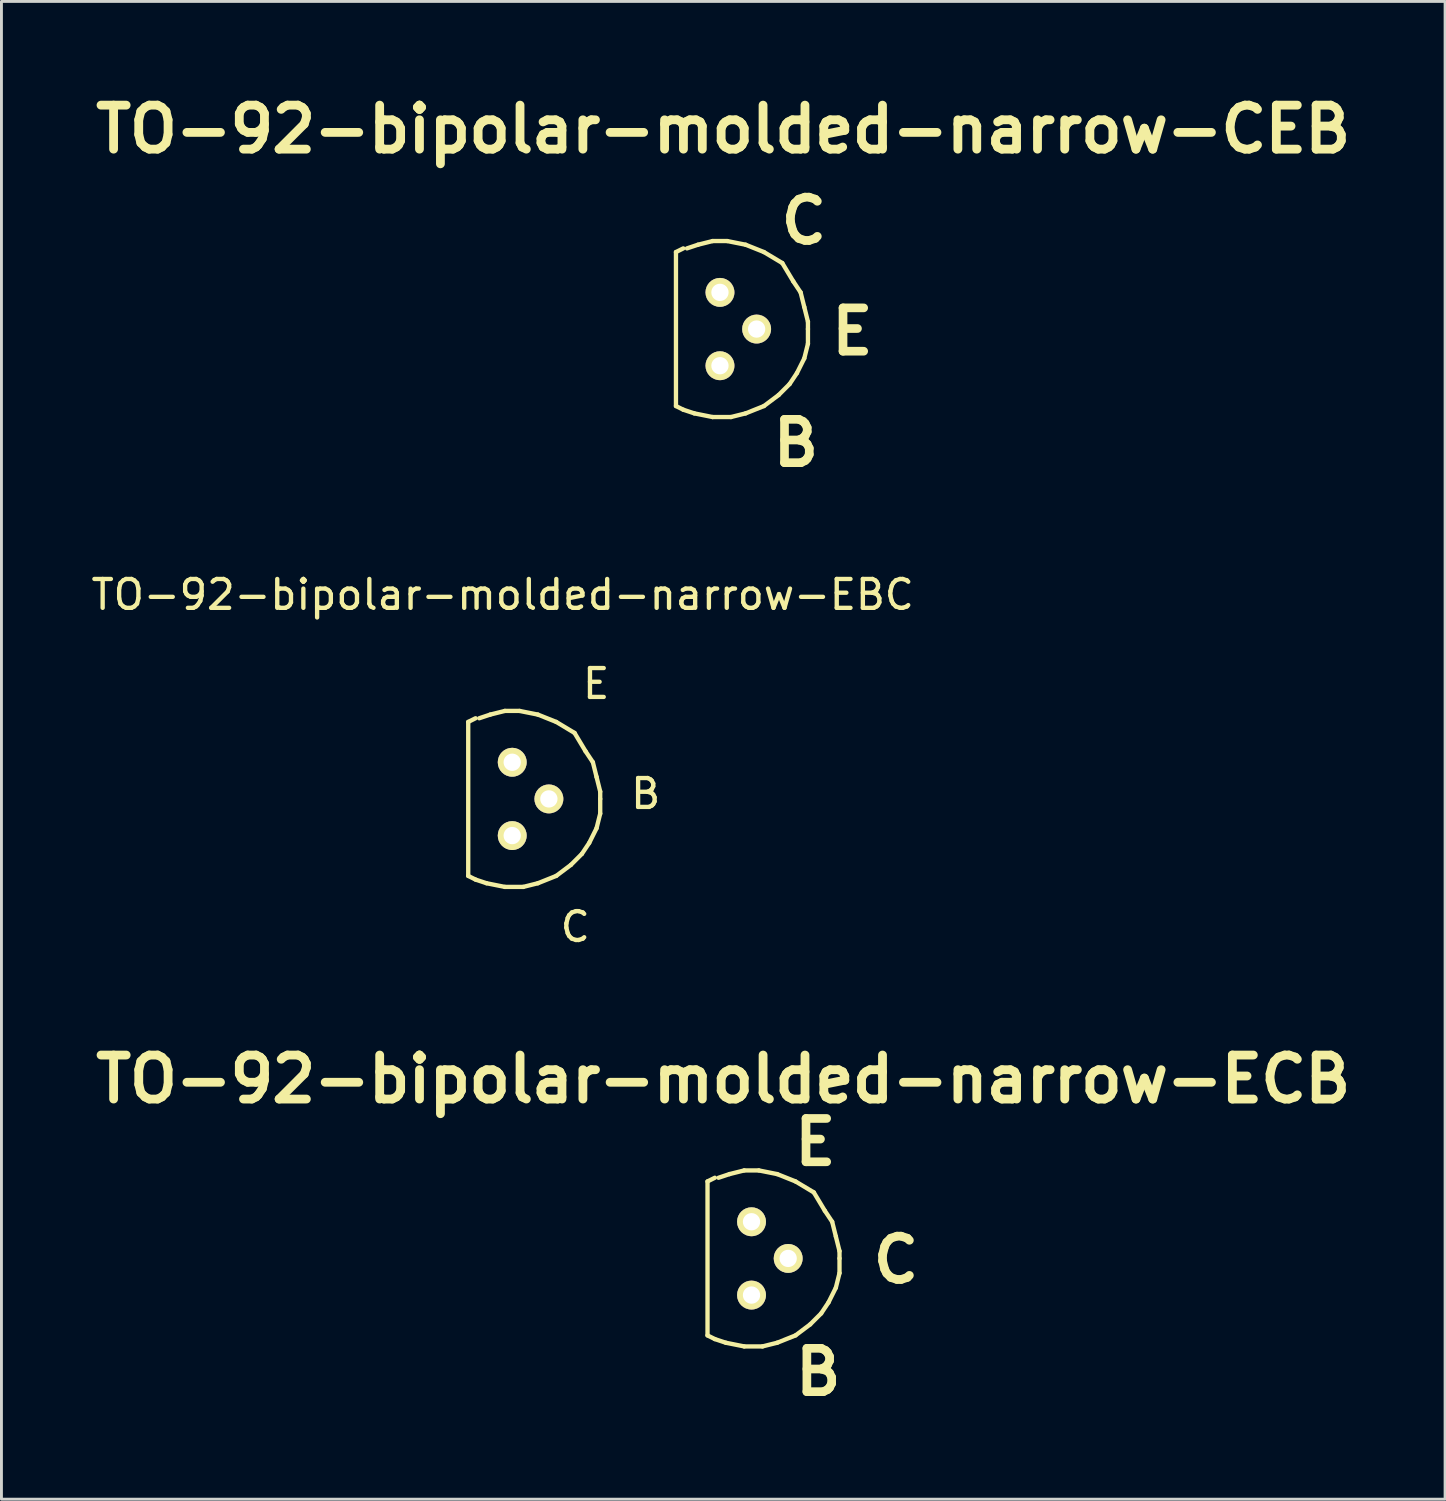
<source format=kicad_pcb>
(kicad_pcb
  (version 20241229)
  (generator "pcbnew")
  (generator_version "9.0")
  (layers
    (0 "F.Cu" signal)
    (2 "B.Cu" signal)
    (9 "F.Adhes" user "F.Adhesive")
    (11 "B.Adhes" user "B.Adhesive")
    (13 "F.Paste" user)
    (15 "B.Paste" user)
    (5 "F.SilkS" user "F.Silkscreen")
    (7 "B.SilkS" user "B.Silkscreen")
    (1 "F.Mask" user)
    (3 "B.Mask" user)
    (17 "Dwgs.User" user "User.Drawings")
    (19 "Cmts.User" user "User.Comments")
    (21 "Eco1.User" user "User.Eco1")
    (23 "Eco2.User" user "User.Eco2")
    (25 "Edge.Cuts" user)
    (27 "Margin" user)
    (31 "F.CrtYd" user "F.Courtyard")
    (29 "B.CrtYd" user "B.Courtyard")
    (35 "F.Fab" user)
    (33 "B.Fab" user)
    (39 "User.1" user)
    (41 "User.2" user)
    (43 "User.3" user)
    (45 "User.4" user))
  (footprint "TO-92-bipolar-molded-narrow-CEB"
    (layer "F.Cu")
    (at 21.889 8.348)
    (property "Reference" "TO-92-bipolar-molded-narrow-CEB" (at 0.114 -6.921 0) (layer "F.SilkS") (effects (font (size 1.524 1.524) (thickness 0.305))))
    (attr through_hole)
    (fp_line (start -1.524 -2.667) (end -1.524 2.667) (stroke (width 0.15) (type solid)) (layer "F.SilkS"))
    (fp_line (start -1.524 -2.667) (end -1.27 -2.794) (stroke (width 0.15) (type solid)) (layer "F.SilkS"))
    (fp_line (start -1.27 2.794) (end -1.524 2.667) (stroke (width 0.15) (type solid)) (layer "F.SilkS"))
    (fp_line (start -1.143 -2.794) (end -0.762 -2.921) (stroke (width 0.15) (type solid)) (layer "F.SilkS"))
    (fp_line (start -0.889 2.921) (end -1.27 2.794) (stroke (width 0.15) (type solid)) (layer "F.SilkS"))
    (fp_line (start -0.762 -2.921) (end -0.254 -3.048) (stroke (width 0.15) (type solid)) (layer "F.SilkS"))
    (fp_line (start -0.254 -3.048) (end 0.254 -3.048) (stroke (width 0.15) (type solid)) (layer "F.SilkS"))
    (fp_line (start -0.254 3.048) (end -0.889 2.921) (stroke (width 0.15) (type solid)) (layer "F.SilkS"))
    (fp_line (start 0.254 -3.048) (end 0.889 -2.921) (stroke (width 0.15) (type solid)) (layer "F.SilkS"))
    (fp_line (start 0.381 3.048) (end -0.254 3.048) (stroke (width 0.15) (type solid)) (layer "F.SilkS"))
    (fp_line (start 0.889 -2.921) (end 1.524 -2.667) (stroke (width 0.15) (type solid)) (layer "F.SilkS"))
    (fp_line (start 0.889 2.921) (end 0.381 3.048) (stroke (width 0.15) (type solid)) (layer "F.SilkS"))
    (fp_line (start 1.524 -2.667) (end 2.159 -2.286) (stroke (width 0.15) (type solid)) (layer "F.SilkS"))
    (fp_line (start 1.524 2.667) (end 0.889 2.921) (stroke (width 0.15) (type solid)) (layer "F.SilkS"))
    (fp_line (start 2.032 2.286) (end 1.524 2.667) (stroke (width 0.15) (type solid)) (layer "F.SilkS"))
    (fp_line (start 2.159 -2.286) (end 2.54 -1.651) (stroke (width 0.15) (type solid)) (layer "F.SilkS"))
    (fp_line (start 2.413 1.905) (end 2.032 2.286) (stroke (width 0.15) (type solid)) (layer "F.SilkS"))
    (fp_line (start 2.54 -1.651) (end 2.794 -1.27) (stroke (width 0.15) (type solid)) (layer "F.SilkS"))
    (fp_line (start 2.667 1.524) (end 2.413 1.905) (stroke (width 0.15) (type solid)) (layer "F.SilkS"))
    (fp_line (start 2.794 -1.27) (end 2.921 -0.762) (stroke (width 0.15) (type solid)) (layer "F.SilkS"))
    (fp_line (start 2.921 -0.762) (end 3.048 -0.254) (stroke (width 0.15) (type solid)) (layer "F.SilkS"))
    (fp_line (start 2.921 1.016) (end 2.667 1.524) (stroke (width 0.15) (type solid)) (layer "F.SilkS"))
    (fp_line (start 3.048 -0.254) (end 3.048 0) (stroke (width 0.15) (type solid)) (layer "F.SilkS"))
    (fp_line (start 3.048 0) (end 3.048 0.508) (stroke (width 0.15) (type solid)) (layer "F.SilkS"))
    (fp_line (start 3.048 0.508) (end 2.921 1.016) (stroke (width 0.15) (type solid)) (layer "F.SilkS"))
    (fp_text user "B" (at 2.629 3.95 0) (layer "F.SilkS") (effects (font (size 1.501 1.501) (thickness 0.3))))
    (fp_text user "E" (at 4.585 0.089 0) (layer "F.SilkS") (effects (font (size 1.501 1.501) (thickness 0.3))))
    (fp_text user "C" (at 2.908 -3.747 0) (layer "F.SilkS") (effects (font (size 1.501 1.501) (thickness 0.3))))
    (pad "B" thru_hole circle (at 0 1.27) (size 1.001 1.001) (drill 0.599) (layers "*.Cu" "*.Mask" "F.SilkS"))
    (pad "C" thru_hole circle (at 0 -1.27) (size 1.001 1.001) (drill 0.599) (layers "*.Cu" "*.Mask" "F.SilkS"))
    (pad "E" thru_hole circle (at 1.27 0) (size 1.001 1.001) (drill 0.599) (layers "*.Cu" "*.Mask" "F.SilkS")))
  (footprint "TO-92-bipolar-molded-narrow-EBC"
    (layer "F.Cu")
    (at 14.693 24.624)
    (property "Reference" "TO-92-bipolar-molded-narrow-EBC" (at -0.33 -7.074 0) (layer "F.SilkS") (effects (font (size 1 1) (thickness 0.15))))
    (attr through_hole)
    (fp_line (start -1.524 -2.667) (end -1.524 2.667) (stroke (width 0.15) (type solid)) (layer "F.SilkS"))
    (fp_line (start -1.524 -2.667) (end -1.27 -2.794) (stroke (width 0.15) (type solid)) (layer "F.SilkS"))
    (fp_line (start -1.27 2.794) (end -1.524 2.667) (stroke (width 0.15) (type solid)) (layer "F.SilkS"))
    (fp_line (start -1.143 -2.794) (end -0.762 -2.921) (stroke (width 0.15) (type solid)) (layer "F.SilkS"))
    (fp_line (start -0.889 2.921) (end -1.27 2.794) (stroke (width 0.15) (type solid)) (layer "F.SilkS"))
    (fp_line (start -0.762 -2.921) (end -0.254 -3.048) (stroke (width 0.15) (type solid)) (layer "F.SilkS"))
    (fp_line (start -0.254 -3.048) (end 0.254 -3.048) (stroke (width 0.15) (type solid)) (layer "F.SilkS"))
    (fp_line (start -0.254 3.048) (end -0.889 2.921) (stroke (width 0.15) (type solid)) (layer "F.SilkS"))
    (fp_line (start 0.254 -3.048) (end 0.889 -2.921) (stroke (width 0.15) (type solid)) (layer "F.SilkS"))
    (fp_line (start 0.381 3.048) (end -0.254 3.048) (stroke (width 0.15) (type solid)) (layer "F.SilkS"))
    (fp_line (start 0.889 -2.921) (end 1.524 -2.667) (stroke (width 0.15) (type solid)) (layer "F.SilkS"))
    (fp_line (start 0.889 2.921) (end 0.381 3.048) (stroke (width 0.15) (type solid)) (layer "F.SilkS"))
    (fp_line (start 1.524 -2.667) (end 2.159 -2.286) (stroke (width 0.15) (type solid)) (layer "F.SilkS"))
    (fp_line (start 1.524 2.667) (end 0.889 2.921) (stroke (width 0.15) (type solid)) (layer "F.SilkS"))
    (fp_line (start 2.032 2.286) (end 1.524 2.667) (stroke (width 0.15) (type solid)) (layer "F.SilkS"))
    (fp_line (start 2.159 -2.286) (end 2.54 -1.651) (stroke (width 0.15) (type solid)) (layer "F.SilkS"))
    (fp_line (start 2.413 1.905) (end 2.032 2.286) (stroke (width 0.15) (type solid)) (layer "F.SilkS"))
    (fp_line (start 2.54 -1.651) (end 2.794 -1.27) (stroke (width 0.15) (type solid)) (layer "F.SilkS"))
    (fp_line (start 2.667 1.524) (end 2.413 1.905) (stroke (width 0.15) (type solid)) (layer "F.SilkS"))
    (fp_line (start 2.794 -1.27) (end 2.921 -0.762) (stroke (width 0.15) (type solid)) (layer "F.SilkS"))
    (fp_line (start 2.921 -0.762) (end 3.048 -0.254) (stroke (width 0.15) (type solid)) (layer "F.SilkS"))
    (fp_line (start 2.921 1.016) (end 2.667 1.524) (stroke (width 0.15) (type solid)) (layer "F.SilkS"))
    (fp_line (start 3.048 -0.254) (end 3.048 0) (stroke (width 0.15) (type solid)) (layer "F.SilkS"))
    (fp_line (start 3.048 0) (end 3.048 0.508) (stroke (width 0.15) (type solid)) (layer "F.SilkS"))
    (fp_line (start 3.048 0.508) (end 2.921 1.016) (stroke (width 0.15) (type solid)) (layer "F.SilkS"))
    (fp_text user "C" (at 2.184 4.432 0) (layer "F.SilkS") (effects (font (size 1 1) (thickness 0.15))))
    (fp_text user "B" (at 4.623 -0.178 0) (layer "F.SilkS") (effects (font (size 1 1) (thickness 0.15))))
    (fp_text user "E" (at 2.908 -3.988 0) (layer "F.SilkS") (effects (font (size 1 1) (thickness 0.15))))
    (pad "B" thru_hole circle (at 1.27 0) (size 1.001 1.001) (drill 0.599) (layers "*.Cu" "*.Mask" "F.SilkS"))
    (pad "C" thru_hole circle (at 0 1.27) (size 1.001 1.001) (drill 0.599) (layers "*.Cu" "*.Mask" "F.SilkS"))
    (pad "E" thru_hole circle (at 0 -1.27) (size 1.001 1.001) (drill 0.599) (layers "*.Cu" "*.Mask" "F.SilkS")))
  (footprint "TO-92-bipolar-molded-narrow-ECB"
    (layer "F.Cu")
    (at 22.982 40.541)
    (property "Reference" "TO-92-bipolar-molded-narrow-ECB" (at -0.978 -6.21 0) (layer "F.SilkS") (effects (font (size 1.524 1.524) (thickness 0.305))))
    (attr through_hole)
    (fp_line (start -1.524 -2.667) (end -1.524 2.667) (stroke (width 0.15) (type solid)) (layer "F.SilkS"))
    (fp_line (start -1.524 -2.667) (end -1.27 -2.794) (stroke (width 0.15) (type solid)) (layer "F.SilkS"))
    (fp_line (start -1.27 2.794) (end -1.524 2.667) (stroke (width 0.15) (type solid)) (layer "F.SilkS"))
    (fp_line (start -1.143 -2.794) (end -0.762 -2.921) (stroke (width 0.15) (type solid)) (layer "F.SilkS"))
    (fp_line (start -0.889 2.921) (end -1.27 2.794) (stroke (width 0.15) (type solid)) (layer "F.SilkS"))
    (fp_line (start -0.762 -2.921) (end -0.254 -3.048) (stroke (width 0.15) (type solid)) (layer "F.SilkS"))
    (fp_line (start -0.254 -3.048) (end 0.254 -3.048) (stroke (width 0.15) (type solid)) (layer "F.SilkS"))
    (fp_line (start -0.254 3.048) (end -0.889 2.921) (stroke (width 0.15) (type solid)) (layer "F.SilkS"))
    (fp_line (start 0.254 -3.048) (end 0.889 -2.921) (stroke (width 0.15) (type solid)) (layer "F.SilkS"))
    (fp_line (start 0.381 3.048) (end -0.254 3.048) (stroke (width 0.15) (type solid)) (layer "F.SilkS"))
    (fp_line (start 0.889 -2.921) (end 1.524 -2.667) (stroke (width 0.15) (type solid)) (layer "F.SilkS"))
    (fp_line (start 0.889 2.921) (end 0.381 3.048) (stroke (width 0.15) (type solid)) (layer "F.SilkS"))
    (fp_line (start 1.524 -2.667) (end 2.159 -2.286) (stroke (width 0.15) (type solid)) (layer "F.SilkS"))
    (fp_line (start 1.524 2.667) (end 0.889 2.921) (stroke (width 0.15) (type solid)) (layer "F.SilkS"))
    (fp_line (start 2.032 2.286) (end 1.524 2.667) (stroke (width 0.15) (type solid)) (layer "F.SilkS"))
    (fp_line (start 2.159 -2.286) (end 2.54 -1.651) (stroke (width 0.15) (type solid)) (layer "F.SilkS"))
    (fp_line (start 2.413 1.905) (end 2.032 2.286) (stroke (width 0.15) (type solid)) (layer "F.SilkS"))
    (fp_line (start 2.54 -1.651) (end 2.794 -1.27) (stroke (width 0.15) (type solid)) (layer "F.SilkS"))
    (fp_line (start 2.667 1.524) (end 2.413 1.905) (stroke (width 0.15) (type solid)) (layer "F.SilkS"))
    (fp_line (start 2.794 -1.27) (end 2.921 -0.762) (stroke (width 0.15) (type solid)) (layer "F.SilkS"))
    (fp_line (start 2.921 -0.762) (end 3.048 -0.254) (stroke (width 0.15) (type solid)) (layer "F.SilkS"))
    (fp_line (start 2.921 1.016) (end 2.667 1.524) (stroke (width 0.15) (type solid)) (layer "F.SilkS"))
    (fp_line (start 3.048 -0.254) (end 3.048 0) (stroke (width 0.15) (type solid)) (layer "F.SilkS"))
    (fp_line (start 3.048 0) (end 3.048 0.508) (stroke (width 0.15) (type solid)) (layer "F.SilkS"))
    (fp_line (start 3.048 0.508) (end 2.921 1.016) (stroke (width 0.15) (type solid)) (layer "F.SilkS"))
    (fp_text user "C" (at 5.004 0.051 0) (layer "F.SilkS") (effects (font (size 1.501 1.501) (thickness 0.3))))
    (fp_text user "B" (at 2.311 3.937 0) (layer "F.SilkS") (effects (font (size 1.501 1.501) (thickness 0.3))))
    (fp_text user "E" (at 2.21 -4.026 0) (layer "F.SilkS") (effects (font (size 1.501 1.501) (thickness 0.3))))
    (pad "B" thru_hole circle (at 0 1.27) (size 1.001 1.001) (drill 0.599) (layers "*.Cu" "*.Mask" "F.SilkS"))
    (pad "C" thru_hole circle (at 1.27 0) (size 1.001 1.001) (drill 0.599) (layers "*.Cu" "*.Mask" "F.SilkS"))
    (pad "E" thru_hole circle (at 0 -1.27) (size 1.001 1.001) (drill 0.599) (layers "*.Cu" "*.Mask" "F.SilkS")))
  (gr_rect
    (start -3 -3)
    (end 47.007 48.882)
    (stroke (width 0.1) (type default))
    (fill no)
    (layer "Edge.Cuts")))
</source>
